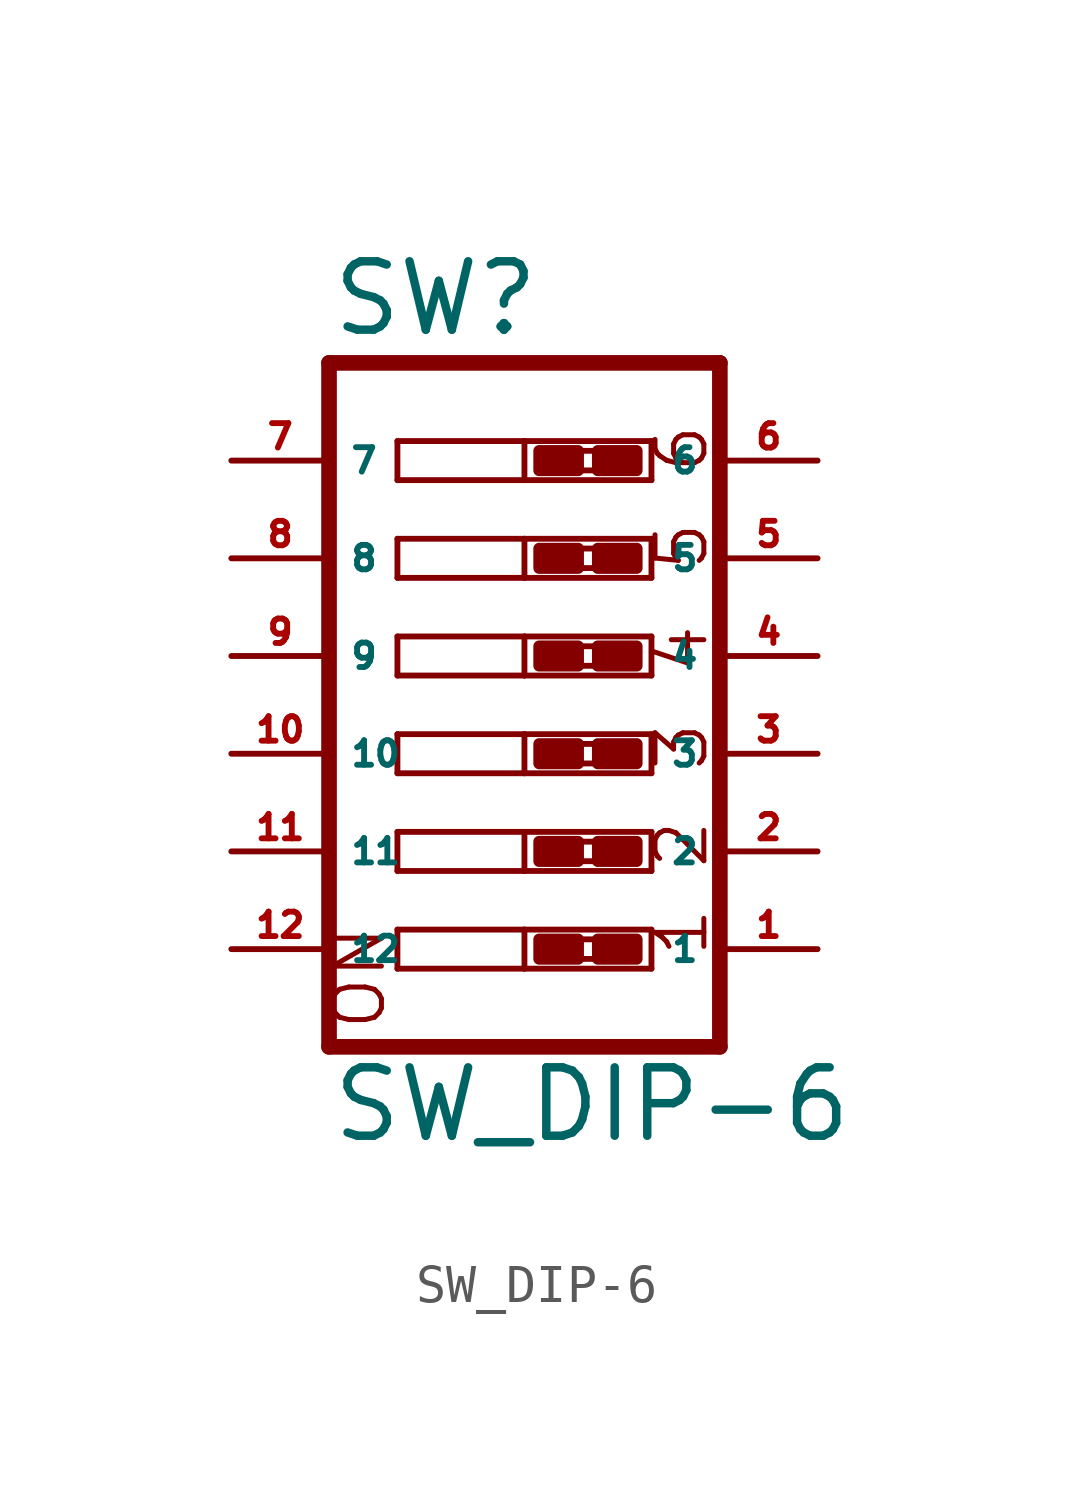
<source format=kicad_sym>
(kicad_symbol_lib
  (version 20220914)
  (generator Eagle2Kicad)
  (symbol "SW_DIP-6"
    (property "Reference" "SW"
      (at -5.08 8.255 0)
      (effects (font (size 1.778 1.778) (thickness 0.22)) (justify left bottom)))
    (property "Value" "SW_DIP-6"
      (at -5.08 -12.7 0)
      (effects (font (size 1.778 1.778) (thickness 0.22)) (justify left bottom)))
    (polyline
      (pts (xy -3.302 5.588) (xy 0 5.588))
      (stroke (width 0.152) (type default))
      (fill (type none)))
    (polyline
      (pts (xy 3.302 5.588) (xy 3.302 4.572))
      (stroke (width 0.152) (type default))
      (fill (type none)))
    (polyline
      (pts (xy 3.302 4.572) (xy 0 4.572))
      (stroke (width 0.152) (type default))
      (fill (type none)))
    (polyline
      (pts (xy -3.302 4.572) (xy -3.302 5.588))
      (stroke (width 0.152) (type default))
      (fill (type none)))
    (polyline
      (pts (xy 0 5.588) (xy 0 4.572))
      (stroke (width 0.152) (type default))
      (fill (type none)))
    (polyline
      (pts (xy 0 5.588) (xy 3.302 5.588))
      (stroke (width 0.152) (type default))
      (fill (type none)))
    (polyline
      (pts (xy 0 4.572) (xy -3.302 4.572))
      (stroke (width 0.152) (type default))
      (fill (type none)))
    (polyline
      (pts (xy -3.302 3.048) (xy 0 3.048))
      (stroke (width 0.152) (type default))
      (fill (type none)))
    (polyline
      (pts (xy 3.302 3.048) (xy 3.302 2.032))
      (stroke (width 0.152) (type default))
      (fill (type none)))
    (polyline
      (pts (xy 3.302 2.032) (xy 0 2.032))
      (stroke (width 0.152) (type default))
      (fill (type none)))
    (polyline
      (pts (xy -3.302 2.032) (xy -3.302 3.048))
      (stroke (width 0.152) (type default))
      (fill (type none)))
    (polyline
      (pts (xy 0 3.048) (xy 0 2.032))
      (stroke (width 0.152) (type default))
      (fill (type none)))
    (polyline
      (pts (xy 0 3.048) (xy 3.302 3.048))
      (stroke (width 0.152) (type default))
      (fill (type none)))
    (polyline
      (pts (xy 0 2.032) (xy -3.302 2.032))
      (stroke (width 0.152) (type default))
      (fill (type none)))
    (polyline
      (pts (xy -3.302 0.508) (xy 0 0.508))
      (stroke (width 0.152) (type default))
      (fill (type none)))
    (polyline
      (pts (xy 3.302 0.508) (xy 3.302 -0.508))
      (stroke (width 0.152) (type default))
      (fill (type none)))
    (polyline
      (pts (xy 3.302 -0.508) (xy 0 -0.508))
      (stroke (width 0.152) (type default))
      (fill (type none)))
    (polyline
      (pts (xy -3.302 -0.508) (xy -3.302 0.508))
      (stroke (width 0.152) (type default))
      (fill (type none)))
    (polyline
      (pts (xy 0 0.508) (xy 0 -0.508))
      (stroke (width 0.152) (type default))
      (fill (type none)))
    (polyline
      (pts (xy 0 0.508) (xy 3.302 0.508))
      (stroke (width 0.152) (type default))
      (fill (type none)))
    (polyline
      (pts (xy 0 -0.508) (xy -3.302 -0.508))
      (stroke (width 0.152) (type default))
      (fill (type none)))
    (polyline
      (pts (xy -3.302 -2.032) (xy 0 -2.032))
      (stroke (width 0.152) (type default))
      (fill (type none)))
    (polyline
      (pts (xy 3.302 -2.032) (xy 3.302 -3.048))
      (stroke (width 0.152) (type default))
      (fill (type none)))
    (polyline
      (pts (xy 3.302 -3.048) (xy 0 -3.048))
      (stroke (width 0.152) (type default))
      (fill (type none)))
    (polyline
      (pts (xy -3.302 -3.048) (xy -3.302 -2.032))
      (stroke (width 0.152) (type default))
      (fill (type none)))
    (polyline
      (pts (xy 0 -2.032) (xy 0 -3.048))
      (stroke (width 0.152) (type default))
      (fill (type none)))
    (polyline
      (pts (xy 0 -2.032) (xy 3.302 -2.032))
      (stroke (width 0.152) (type default))
      (fill (type none)))
    (polyline
      (pts (xy 0 -3.048) (xy -3.302 -3.048))
      (stroke (width 0.152) (type default))
      (fill (type none)))
    (polyline
      (pts (xy -3.302 -4.572) (xy 0 -4.572))
      (stroke (width 0.152) (type default))
      (fill (type none)))
    (polyline
      (pts (xy 3.302 -4.572) (xy 3.302 -5.588))
      (stroke (width 0.152) (type default))
      (fill (type none)))
    (polyline
      (pts (xy 3.302 -5.588) (xy 0 -5.588))
      (stroke (width 0.152) (type default))
      (fill (type none)))
    (polyline
      (pts (xy -3.302 -5.588) (xy -3.302 -4.572))
      (stroke (width 0.152) (type default))
      (fill (type none)))
    (polyline
      (pts (xy 0 -4.572) (xy 0 -5.588))
      (stroke (width 0.152) (type default))
      (fill (type none)))
    (polyline
      (pts (xy 0 -4.572) (xy 3.302 -4.572))
      (stroke (width 0.152) (type default))
      (fill (type none)))
    (polyline
      (pts (xy 0 -5.588) (xy -3.302 -5.588))
      (stroke (width 0.152) (type default))
      (fill (type none)))
    (polyline
      (pts (xy -3.302 -7.112) (xy 0 -7.112))
      (stroke (width 0.152) (type default))
      (fill (type none)))
    (polyline
      (pts (xy 3.302 -7.112) (xy 3.302 -8.128))
      (stroke (width 0.152) (type default))
      (fill (type none)))
    (polyline
      (pts (xy 3.302 -8.128) (xy 0 -8.128))
      (stroke (width 0.152) (type default))
      (fill (type none)))
    (polyline
      (pts (xy -3.302 -8.128) (xy -3.302 -7.112))
      (stroke (width 0.152) (type default))
      (fill (type none)))
    (polyline
      (pts (xy 0 -7.112) (xy 0 -8.128))
      (stroke (width 0.152) (type default))
      (fill (type none)))
    (polyline
      (pts (xy 0 -7.112) (xy 3.302 -7.112))
      (stroke (width 0.152) (type default))
      (fill (type none)))
    (polyline
      (pts (xy 0 -8.128) (xy -3.302 -8.128))
      (stroke (width 0.152) (type default))
      (fill (type none)))
    (polyline
      (pts (xy -5.08 7.62) (xy -5.08 -10.16))
      (stroke (width 0.406) (type default))
      (fill (type none)))
    (polyline
      (pts (xy -5.08 -10.16) (xy 5.08 -10.16))
      (stroke (width 0.406) (type default))
      (fill (type none)))
    (polyline
      (pts (xy 5.08 -10.16) (xy 5.08 7.62))
      (stroke (width 0.406) (type default))
      (fill (type none)))
    (polyline
      (pts (xy 5.08 7.62) (xy -5.08 7.62))
      (stroke (width 0.406) (type default))
      (fill (type none)))
    (polyline
      (pts (xy 1.397 5.334) (xy 1.905 5.334))
      (stroke (width 0) (type default))
      (fill (type none)))
    (polyline
      (pts (xy 1.397 4.826) (xy 1.905 4.826))
      (stroke (width 0) (type default))
      (fill (type none)))
    (polyline
      (pts (xy 1.397 2.794) (xy 1.905 2.794))
      (stroke (width 0) (type default))
      (fill (type none)))
    (polyline
      (pts (xy 1.397 2.286) (xy 1.905 2.286))
      (stroke (width 0) (type default))
      (fill (type none)))
    (polyline
      (pts (xy 1.397 0.254) (xy 1.905 0.254))
      (stroke (width 0) (type default))
      (fill (type none)))
    (polyline
      (pts (xy 1.397 -0.254) (xy 1.905 -0.254))
      (stroke (width 0) (type default))
      (fill (type none)))
    (polyline
      (pts (xy 1.397 -2.286) (xy 1.905 -2.286))
      (stroke (width 0) (type default))
      (fill (type none)))
    (polyline
      (pts (xy 1.397 -2.794) (xy 1.905 -2.794))
      (stroke (width 0) (type default))
      (fill (type none)))
    (polyline
      (pts (xy 1.397 -4.826) (xy 1.905 -4.826))
      (stroke (width 0) (type default))
      (fill (type none)))
    (polyline
      (pts (xy 1.397 -5.334) (xy 1.905 -5.334))
      (stroke (width 0) (type default))
      (fill (type none)))
    (polyline
      (pts (xy 1.397 -7.366) (xy 1.905 -7.366))
      (stroke (width 0) (type default))
      (fill (type none)))
    (polyline
      (pts (xy 1.397 -7.874) (xy 1.905 -7.874))
      (stroke (width 0) (type default))
      (fill (type none)))
    (text "1"
      (at 4.826 -7.874 900)
      (effects (font (size 1.27 1.27) (thickness 0.13)) (justify left bottom)))
    (text "2"
      (at 4.826 -5.588 900)
      (effects (font (size 1.27 1.27) (thickness 0.13)) (justify left bottom)))
    (text "3"
      (at 4.826 -3.048 900)
      (effects (font (size 1.27 1.27) (thickness 0.13)) (justify left bottom)))
    (text "4"
      (at 4.826 -0.508 900)
      (effects (font (size 1.27 1.27) (thickness 0.13)) (justify left bottom)))
    (text "5"
      (at 4.826 2.159 900)
      (effects (font (size 1.27 1.27) (thickness 0.13)) (justify left bottom)))
    (text "6"
      (at 4.826 4.699 900)
      (effects (font (size 1.27 1.27) (thickness 0.13)) (justify left bottom)))
    (text "ON"
      (at -3.556 -9.779 900)
      (effects (font (size 1.27 1.27) (thickness 0.13)) (justify left bottom)))
    (rectangle
      (start 0.381 4.826)
      (end 1.397 5.334)
      (stroke (width 0.3) (type default))
      (fill (type outline)))
    (rectangle
      (start 1.905 4.826)
      (end 2.921 5.334)
      (stroke (width 0.3) (type default))
      (fill (type outline)))
    (rectangle
      (start 0.381 2.286)
      (end 1.397 2.794)
      (stroke (width 0.3) (type default))
      (fill (type outline)))
    (rectangle
      (start 1.905 2.286)
      (end 2.921 2.794)
      (stroke (width 0.3) (type default))
      (fill (type outline)))
    (rectangle
      (start 0.381 -0.254)
      (end 1.397 0.254)
      (stroke (width 0.3) (type default))
      (fill (type outline)))
    (rectangle
      (start 1.905 -0.254)
      (end 2.921 0.254)
      (stroke (width 0.3) (type default))
      (fill (type outline)))
    (rectangle
      (start 0.381 -2.794)
      (end 1.397 -2.286)
      (stroke (width 0.3) (type default))
      (fill (type outline)))
    (rectangle
      (start 1.905 -2.794)
      (end 2.921 -2.286)
      (stroke (width 0.3) (type default))
      (fill (type outline)))
    (rectangle
      (start 0.381 -5.334)
      (end 1.397 -4.826)
      (stroke (width 0.3) (type default))
      (fill (type outline)))
    (rectangle
      (start 1.905 -5.334)
      (end 2.921 -4.826)
      (stroke (width 0.3) (type default))
      (fill (type outline)))
    (rectangle
      (start 0.381 -7.874)
      (end 1.397 -7.366)
      (stroke (width 0.3) (type default))
      (fill (type outline)))
    (rectangle
      (start 1.905 -7.874)
      (end 2.921 -7.366)
      (stroke (width 0.3) (type default))
      (fill (type outline)))
    (pin passive line
      (at -7.62 5.08 0)
      (length 2.54)
      (name "7" (effects (font (size 0.635 0.635) (thickness 0.08)) (justify left bottom)))
      (number "7" (effects (font (size 0.635 0.635) (thickness 0.08)) (justify left bottom))))
    (pin passive line
      (at -7.62 2.54 0)
      (length 2.54)
      (name "8" (effects (font (size 0.635 0.635) (thickness 0.08)) (justify left bottom)))
      (number "8" (effects (font (size 0.635 0.635) (thickness 0.08)) (justify left bottom))))
    (pin passive line
      (at -7.62 0 0)
      (length 2.54)
      (name "9" (effects (font (size 0.635 0.635) (thickness 0.08)) (justify left bottom)))
      (number "9" (effects (font (size 0.635 0.635) (thickness 0.08)) (justify left bottom))))
    (pin passive line
      (at -7.62 -2.54 0)
      (length 2.54)
      (name "10" (effects (font (size 0.635 0.635) (thickness 0.08)) (justify left bottom)))
      (number "10" (effects (font (size 0.635 0.635) (thickness 0.08)) (justify left bottom))))
    (pin passive line
      (at -7.62 -5.08 0)
      (length 2.54)
      (name "11" (effects (font (size 0.635 0.635) (thickness 0.08)) (justify left bottom)))
      (number "11" (effects (font (size 0.635 0.635) (thickness 0.08)) (justify left bottom))))
    (pin passive line
      (at -7.62 -7.62 0)
      (length 2.54)
      (name "12" (effects (font (size 0.635 0.635) (thickness 0.08)) (justify left bottom)))
      (number "12" (effects (font (size 0.635 0.635) (thickness 0.08)) (justify left bottom))))
    (pin passive line
      (at 7.62 -7.62 180)
      (length 2.54)
      (name "1" (effects (font (size 0.635 0.635) (thickness 0.08)) (justify left bottom)))
      (number "1" (effects (font (size 0.635 0.635) (thickness 0.08)) (justify left bottom))))
    (pin passive line
      (at 7.62 -5.08 180)
      (length 2.54)
      (name "2" (effects (font (size 0.635 0.635) (thickness 0.08)) (justify left bottom)))
      (number "2" (effects (font (size 0.635 0.635) (thickness 0.08)) (justify left bottom))))
    (pin passive line
      (at 7.62 -2.54 180)
      (length 2.54)
      (name "3" (effects (font (size 0.635 0.635) (thickness 0.08)) (justify left bottom)))
      (number "3" (effects (font (size 0.635 0.635) (thickness 0.08)) (justify left bottom))))
    (pin passive line
      (at 7.62 0 180)
      (length 2.54)
      (name "4" (effects (font (size 0.635 0.635) (thickness 0.08)) (justify left bottom)))
      (number "4" (effects (font (size 0.635 0.635) (thickness 0.08)) (justify left bottom))))
    (pin passive line
      (at 7.62 2.54 180)
      (length 2.54)
      (name "5" (effects (font (size 0.635 0.635) (thickness 0.08)) (justify left bottom)))
      (number "5" (effects (font (size 0.635 0.635) (thickness 0.08)) (justify left bottom))))
    (pin passive line
      (at 7.62 5.08 180)
      (length 2.54)
      (name "6" (effects (font (size 0.635 0.635) (thickness 0.08)) (justify left bottom)))
      (number "6" (effects (font (size 0.635 0.635) (thickness 0.08)) (justify left bottom))))))
</source>
